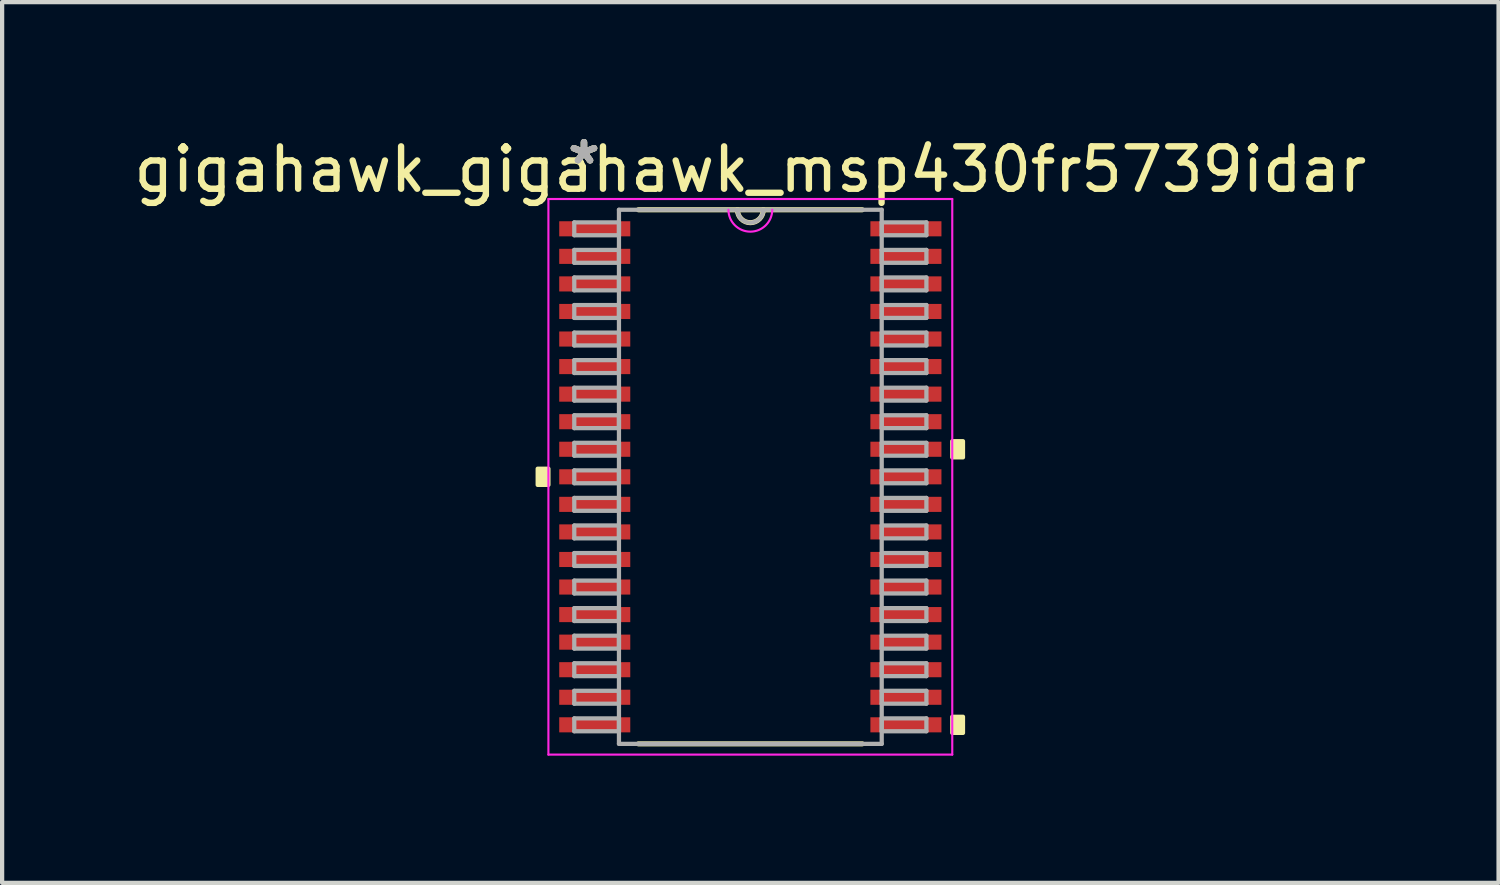
<source format=kicad_pcb>
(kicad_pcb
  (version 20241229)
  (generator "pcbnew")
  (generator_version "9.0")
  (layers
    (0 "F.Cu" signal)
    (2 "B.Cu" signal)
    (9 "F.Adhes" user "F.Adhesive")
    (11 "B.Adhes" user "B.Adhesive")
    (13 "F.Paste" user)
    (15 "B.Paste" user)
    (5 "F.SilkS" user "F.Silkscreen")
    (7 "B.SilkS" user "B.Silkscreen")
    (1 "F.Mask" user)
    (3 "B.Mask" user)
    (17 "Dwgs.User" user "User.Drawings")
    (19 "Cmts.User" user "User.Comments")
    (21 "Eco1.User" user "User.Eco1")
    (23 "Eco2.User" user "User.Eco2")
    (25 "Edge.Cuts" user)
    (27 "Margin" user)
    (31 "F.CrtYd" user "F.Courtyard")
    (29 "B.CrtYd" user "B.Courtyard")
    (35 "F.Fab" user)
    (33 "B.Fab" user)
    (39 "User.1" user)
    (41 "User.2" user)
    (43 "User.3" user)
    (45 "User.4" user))
  (footprint "gigahawk_gigahawk_msp430fr5739idar"
    (layer "F.Cu")
    (at 14.649 8.197)
    (property "Reference" "gigahawk_gigahawk_msp430fr5739idar" (at 0 -7.25 0) (layer "F.SilkS") (effects (font (size 1 1) (thickness 0.15))))
    (attr through_hole)
    (fp_line (start -2.64 6.299) (end 2.64 6.299) (stroke (width 0.12) (type solid)) (layer "F.SilkS"))
    (fp_line (start 2.64 -6.299) (end -2.64 -6.299) (stroke (width 0.12) (type solid)) (layer "F.SilkS"))
    (fp_arc (start 0.3048 -6.2992) (mid 0 -5.9944) (end -0.3048 -6.2992) (stroke (width 0.12) (type solid)) (layer "F.SilkS"))
    (fp_poly (pts (xy -5.016 -0.191) (xy -5.016 0.191) (xy -4.763 0.191) (xy -4.763 -0.191)) (stroke (width 0.1) (type solid)) (fill yes) (layer "F.SilkS"))
    (fp_poly (pts (xy 5.016 -0.84) (xy 5.016 -0.459) (xy 4.763 -0.459) (xy 4.763 -0.84)) (stroke (width 0.1) (type solid)) (fill yes) (layer "F.SilkS"))
    (fp_poly (pts (xy 5.016 5.66) (xy 5.016 6.041) (xy 4.763 6.041) (xy 4.763 5.66)) (stroke (width 0.1) (type solid)) (fill yes) (layer "F.SilkS"))
    (fp_line (start -4.763 -6.553) (end 4.763 -6.553) (stroke (width 0.05) (type solid)) (layer "F.CrtYd"))
    (fp_line (start -4.763 6.553) (end -4.763 -6.553) (stroke (width 0.05) (type solid)) (layer "F.CrtYd"))
    (fp_line (start 4.763 -6.553) (end 4.763 6.553) (stroke (width 0.05) (type solid)) (layer "F.CrtYd"))
    (fp_line (start 4.763 6.553) (end -4.763 6.553) (stroke (width 0.05) (type solid)) (layer "F.CrtYd"))
    (fp_arc (start 0.516467 -6.2992) (mid 0 -5.782733) (end -0.516467 -6.2992) (stroke (width 0.05) (type solid)) (layer "F.CrtYd"))
    (fp_line (start -4.153 -6.002) (end -4.153 -5.698) (stroke (width 0.1) (type solid)) (layer "F.Fab"))
    (fp_line (start -4.153 -5.698) (end -3.099 -5.698) (stroke (width 0.1) (type solid)) (layer "F.Fab"))
    (fp_line (start -4.153 -5.352) (end -4.153 -5.048) (stroke (width 0.1) (type solid)) (layer "F.Fab"))
    (fp_line (start -4.153 -5.048) (end -3.099 -5.048) (stroke (width 0.1) (type solid)) (layer "F.Fab"))
    (fp_line (start -4.153 -4.702) (end -4.153 -4.398) (stroke (width 0.1) (type solid)) (layer "F.Fab"))
    (fp_line (start -4.153 -4.398) (end -3.099 -4.398) (stroke (width 0.1) (type solid)) (layer "F.Fab"))
    (fp_line (start -4.153 -4.052) (end -4.153 -3.748) (stroke (width 0.1) (type solid)) (layer "F.Fab"))
    (fp_line (start -4.153 -3.748) (end -3.099 -3.748) (stroke (width 0.1) (type solid)) (layer "F.Fab"))
    (fp_line (start -4.153 -3.402) (end -4.153 -3.098) (stroke (width 0.1) (type solid)) (layer "F.Fab"))
    (fp_line (start -4.153 -3.098) (end -3.099 -3.098) (stroke (width 0.1) (type solid)) (layer "F.Fab"))
    (fp_line (start -4.153 -2.752) (end -4.153 -2.448) (stroke (width 0.1) (type solid)) (layer "F.Fab"))
    (fp_line (start -4.153 -2.448) (end -3.099 -2.448) (stroke (width 0.1) (type solid)) (layer "F.Fab"))
    (fp_line (start -4.153 -2.102) (end -4.153 -1.798) (stroke (width 0.1) (type solid)) (layer "F.Fab"))
    (fp_line (start -4.153 -1.798) (end -3.099 -1.798) (stroke (width 0.1) (type solid)) (layer "F.Fab"))
    (fp_line (start -4.153 -1.452) (end -4.153 -1.148) (stroke (width 0.1) (type solid)) (layer "F.Fab"))
    (fp_line (start -4.153 -1.148) (end -3.099 -1.148) (stroke (width 0.1) (type solid)) (layer "F.Fab"))
    (fp_line (start -4.153 -0.802) (end -4.153 -0.498) (stroke (width 0.1) (type solid)) (layer "F.Fab"))
    (fp_line (start -4.153 -0.498) (end -3.099 -0.498) (stroke (width 0.1) (type solid)) (layer "F.Fab"))
    (fp_line (start -4.153 -0.152) (end -4.153 0.152) (stroke (width 0.1) (type solid)) (layer "F.Fab"))
    (fp_line (start -4.153 0.152) (end -3.099 0.152) (stroke (width 0.1) (type solid)) (layer "F.Fab"))
    (fp_line (start -4.153 0.498) (end -4.153 0.802) (stroke (width 0.1) (type solid)) (layer "F.Fab"))
    (fp_line (start -4.153 0.802) (end -3.099 0.802) (stroke (width 0.1) (type solid)) (layer "F.Fab"))
    (fp_line (start -4.153 1.148) (end -4.153 1.452) (stroke (width 0.1) (type solid)) (layer "F.Fab"))
    (fp_line (start -4.153 1.452) (end -3.099 1.452) (stroke (width 0.1) (type solid)) (layer "F.Fab"))
    (fp_line (start -4.153 1.798) (end -4.153 2.102) (stroke (width 0.1) (type solid)) (layer "F.Fab"))
    (fp_line (start -4.153 2.102) (end -3.099 2.102) (stroke (width 0.1) (type solid)) (layer "F.Fab"))
    (fp_line (start -4.153 2.448) (end -4.153 2.752) (stroke (width 0.1) (type solid)) (layer "F.Fab"))
    (fp_line (start -4.153 2.752) (end -3.099 2.752) (stroke (width 0.1) (type solid)) (layer "F.Fab"))
    (fp_line (start -4.153 3.098) (end -4.153 3.402) (stroke (width 0.1) (type solid)) (layer "F.Fab"))
    (fp_line (start -4.153 3.402) (end -3.099 3.402) (stroke (width 0.1) (type solid)) (layer "F.Fab"))
    (fp_line (start -4.153 3.748) (end -4.153 4.052) (stroke (width 0.1) (type solid)) (layer "F.Fab"))
    (fp_line (start -4.153 4.052) (end -3.099 4.052) (stroke (width 0.1) (type solid)) (layer "F.Fab"))
    (fp_line (start -4.153 4.398) (end -4.153 4.702) (stroke (width 0.1) (type solid)) (layer "F.Fab"))
    (fp_line (start -4.153 4.702) (end -3.099 4.702) (stroke (width 0.1) (type solid)) (layer "F.Fab"))
    (fp_line (start -4.153 5.048) (end -4.153 5.352) (stroke (width 0.1) (type solid)) (layer "F.Fab"))
    (fp_line (start -4.153 5.352) (end -3.099 5.352) (stroke (width 0.1) (type solid)) (layer "F.Fab"))
    (fp_line (start -4.153 5.698) (end -4.153 6.002) (stroke (width 0.1) (type solid)) (layer "F.Fab"))
    (fp_line (start -4.153 6.002) (end -3.099 6.002) (stroke (width 0.1) (type solid)) (layer "F.Fab"))
    (fp_line (start -3.099 -6.299) (end -3.099 6.299) (stroke (width 0.1) (type solid)) (layer "F.Fab"))
    (fp_line (start -3.099 -6.002) (end -4.153 -6.002) (stroke (width 0.1) (type solid)) (layer "F.Fab"))
    (fp_line (start -3.099 -5.698) (end -3.099 -6.002) (stroke (width 0.1) (type solid)) (layer "F.Fab"))
    (fp_line (start -3.099 -5.352) (end -4.153 -5.352) (stroke (width 0.1) (type solid)) (layer "F.Fab"))
    (fp_line (start -3.099 -5.048) (end -3.099 -5.352) (stroke (width 0.1) (type solid)) (layer "F.Fab"))
    (fp_line (start -3.099 -4.702) (end -4.153 -4.702) (stroke (width 0.1) (type solid)) (layer "F.Fab"))
    (fp_line (start -3.099 -4.398) (end -3.099 -4.702) (stroke (width 0.1) (type solid)) (layer "F.Fab"))
    (fp_line (start -3.099 -4.052) (end -4.153 -4.052) (stroke (width 0.1) (type solid)) (layer "F.Fab"))
    (fp_line (start -3.099 -3.748) (end -3.099 -4.052) (stroke (width 0.1) (type solid)) (layer "F.Fab"))
    (fp_line (start -3.099 -3.402) (end -4.153 -3.402) (stroke (width 0.1) (type solid)) (layer "F.Fab"))
    (fp_line (start -3.099 -3.098) (end -3.099 -3.402) (stroke (width 0.1) (type solid)) (layer "F.Fab"))
    (fp_line (start -3.099 -2.752) (end -4.153 -2.752) (stroke (width 0.1) (type solid)) (layer "F.Fab"))
    (fp_line (start -3.099 -2.448) (end -3.099 -2.752) (stroke (width 0.1) (type solid)) (layer "F.Fab"))
    (fp_line (start -3.099 -2.102) (end -4.153 -2.102) (stroke (width 0.1) (type solid)) (layer "F.Fab"))
    (fp_line (start -3.099 -1.798) (end -3.099 -2.102) (stroke (width 0.1) (type solid)) (layer "F.Fab"))
    (fp_line (start -3.099 -1.452) (end -4.153 -1.452) (stroke (width 0.1) (type solid)) (layer "F.Fab"))
    (fp_line (start -3.099 -1.148) (end -3.099 -1.452) (stroke (width 0.1) (type solid)) (layer "F.Fab"))
    (fp_line (start -3.099 -0.802) (end -4.153 -0.802) (stroke (width 0.1) (type solid)) (layer "F.Fab"))
    (fp_line (start -3.099 -0.498) (end -3.099 -0.802) (stroke (width 0.1) (type solid)) (layer "F.Fab"))
    (fp_line (start -3.099 -0.152) (end -4.153 -0.152) (stroke (width 0.1) (type solid)) (layer "F.Fab"))
    (fp_line (start -3.099 0.152) (end -3.099 -0.152) (stroke (width 0.1) (type solid)) (layer "F.Fab"))
    (fp_line (start -3.099 0.498) (end -4.153 0.498) (stroke (width 0.1) (type solid)) (layer "F.Fab"))
    (fp_line (start -3.099 0.802) (end -3.099 0.498) (stroke (width 0.1) (type solid)) (layer "F.Fab"))
    (fp_line (start -3.099 1.148) (end -4.153 1.148) (stroke (width 0.1) (type solid)) (layer "F.Fab"))
    (fp_line (start -3.099 1.452) (end -3.099 1.148) (stroke (width 0.1) (type solid)) (layer "F.Fab"))
    (fp_line (start -3.099 1.798) (end -4.153 1.798) (stroke (width 0.1) (type solid)) (layer "F.Fab"))
    (fp_line (start -3.099 2.102) (end -3.099 1.798) (stroke (width 0.1) (type solid)) (layer "F.Fab"))
    (fp_line (start -3.099 2.448) (end -4.153 2.448) (stroke (width 0.1) (type solid)) (layer "F.Fab"))
    (fp_line (start -3.099 2.752) (end -3.099 2.448) (stroke (width 0.1) (type solid)) (layer "F.Fab"))
    (fp_line (start -3.099 3.098) (end -4.153 3.098) (stroke (width 0.1) (type solid)) (layer "F.Fab"))
    (fp_line (start -3.099 3.402) (end -3.099 3.098) (stroke (width 0.1) (type solid)) (layer "F.Fab"))
    (fp_line (start -3.099 3.748) (end -4.153 3.748) (stroke (width 0.1) (type solid)) (layer "F.Fab"))
    (fp_line (start -3.099 4.052) (end -3.099 3.748) (stroke (width 0.1) (type solid)) (layer "F.Fab"))
    (fp_line (start -3.099 4.398) (end -4.153 4.398) (stroke (width 0.1) (type solid)) (layer "F.Fab"))
    (fp_line (start -3.099 4.702) (end -3.099 4.398) (stroke (width 0.1) (type solid)) (layer "F.Fab"))
    (fp_line (start -3.099 5.048) (end -4.153 5.048) (stroke (width 0.1) (type solid)) (layer "F.Fab"))
    (fp_line (start -3.099 5.352) (end -3.099 5.048) (stroke (width 0.1) (type solid)) (layer "F.Fab"))
    (fp_line (start -3.099 5.698) (end -4.153 5.698) (stroke (width 0.1) (type solid)) (layer "F.Fab"))
    (fp_line (start -3.099 6.002) (end -3.099 5.698) (stroke (width 0.1) (type solid)) (layer "F.Fab"))
    (fp_line (start -3.099 6.299) (end 3.099 6.299) (stroke (width 0.1) (type solid)) (layer "F.Fab"))
    (fp_line (start 3.099 -6.299) (end -3.099 -6.299) (stroke (width 0.1) (type solid)) (layer "F.Fab"))
    (fp_line (start 3.099 -6.002) (end 3.099 -5.698) (stroke (width 0.1) (type solid)) (layer "F.Fab"))
    (fp_line (start 3.099 -5.698) (end 4.153 -5.698) (stroke (width 0.1) (type solid)) (layer "F.Fab"))
    (fp_line (start 3.099 -5.352) (end 3.099 -5.048) (stroke (width 0.1) (type solid)) (layer "F.Fab"))
    (fp_line (start 3.099 -5.048) (end 4.153 -5.048) (stroke (width 0.1) (type solid)) (layer "F.Fab"))
    (fp_line (start 3.099 -4.702) (end 3.099 -4.398) (stroke (width 0.1) (type solid)) (layer "F.Fab"))
    (fp_line (start 3.099 -4.398) (end 4.153 -4.398) (stroke (width 0.1) (type solid)) (layer "F.Fab"))
    (fp_line (start 3.099 -4.052) (end 3.099 -3.748) (stroke (width 0.1) (type solid)) (layer "F.Fab"))
    (fp_line (start 3.099 -3.748) (end 4.153 -3.748) (stroke (width 0.1) (type solid)) (layer "F.Fab"))
    (fp_line (start 3.099 -3.402) (end 3.099 -3.098) (stroke (width 0.1) (type solid)) (layer "F.Fab"))
    (fp_line (start 3.099 -3.098) (end 4.153 -3.098) (stroke (width 0.1) (type solid)) (layer "F.Fab"))
    (fp_line (start 3.099 -2.752) (end 3.099 -2.448) (stroke (width 0.1) (type solid)) (layer "F.Fab"))
    (fp_line (start 3.099 -2.448) (end 4.153 -2.448) (stroke (width 0.1) (type solid)) (layer "F.Fab"))
    (fp_line (start 3.099 -2.102) (end 3.099 -1.798) (stroke (width 0.1) (type solid)) (layer "F.Fab"))
    (fp_line (start 3.099 -1.798) (end 4.153 -1.798) (stroke (width 0.1) (type solid)) (layer "F.Fab"))
    (fp_line (start 3.099 -1.452) (end 3.099 -1.148) (stroke (width 0.1) (type solid)) (layer "F.Fab"))
    (fp_line (start 3.099 -1.148) (end 4.153 -1.148) (stroke (width 0.1) (type solid)) (layer "F.Fab"))
    (fp_line (start 3.099 -0.802) (end 3.099 -0.498) (stroke (width 0.1) (type solid)) (layer "F.Fab"))
    (fp_line (start 3.099 -0.498) (end 4.153 -0.498) (stroke (width 0.1) (type solid)) (layer "F.Fab"))
    (fp_line (start 3.099 -0.152) (end 3.099 0.152) (stroke (width 0.1) (type solid)) (layer "F.Fab"))
    (fp_line (start 3.099 0.152) (end 4.153 0.152) (stroke (width 0.1) (type solid)) (layer "F.Fab"))
    (fp_line (start 3.099 0.498) (end 3.099 0.802) (stroke (width 0.1) (type solid)) (layer "F.Fab"))
    (fp_line (start 3.099 0.802) (end 4.153 0.802) (stroke (width 0.1) (type solid)) (layer "F.Fab"))
    (fp_line (start 3.099 1.148) (end 3.099 1.452) (stroke (width 0.1) (type solid)) (layer "F.Fab"))
    (fp_line (start 3.099 1.452) (end 4.153 1.452) (stroke (width 0.1) (type solid)) (layer "F.Fab"))
    (fp_line (start 3.099 1.798) (end 3.099 2.102) (stroke (width 0.1) (type solid)) (layer "F.Fab"))
    (fp_line (start 3.099 2.102) (end 4.153 2.102) (stroke (width 0.1) (type solid)) (layer "F.Fab"))
    (fp_line (start 3.099 2.448) (end 3.099 2.752) (stroke (width 0.1) (type solid)) (layer "F.Fab"))
    (fp_line (start 3.099 2.752) (end 4.153 2.752) (stroke (width 0.1) (type solid)) (layer "F.Fab"))
    (fp_line (start 3.099 3.098) (end 3.099 3.402) (stroke (width 0.1) (type solid)) (layer "F.Fab"))
    (fp_line (start 3.099 3.402) (end 4.153 3.402) (stroke (width 0.1) (type solid)) (layer "F.Fab"))
    (fp_line (start 3.099 3.748) (end 3.099 4.052) (stroke (width 0.1) (type solid)) (layer "F.Fab"))
    (fp_line (start 3.099 4.052) (end 4.153 4.052) (stroke (width 0.1) (type solid)) (layer "F.Fab"))
    (fp_line (start 3.099 4.398) (end 3.099 4.702) (stroke (width 0.1) (type solid)) (layer "F.Fab"))
    (fp_line (start 3.099 4.702) (end 4.153 4.702) (stroke (width 0.1) (type solid)) (layer "F.Fab"))
    (fp_line (start 3.099 5.048) (end 3.099 5.352) (stroke (width 0.1) (type solid)) (layer "F.Fab"))
    (fp_line (start 3.099 5.352) (end 4.153 5.352) (stroke (width 0.1) (type solid)) (layer "F.Fab"))
    (fp_line (start 3.099 5.698) (end 3.099 6.002) (stroke (width 0.1) (type solid)) (layer "F.Fab"))
    (fp_line (start 3.099 6.002) (end 4.153 6.002) (stroke (width 0.1) (type solid)) (layer "F.Fab"))
    (fp_line (start 3.099 6.299) (end 3.099 -6.299) (stroke (width 0.1) (type solid)) (layer "F.Fab"))
    (fp_line (start 4.153 -6.002) (end 3.099 -6.002) (stroke (width 0.1) (type solid)) (layer "F.Fab"))
    (fp_line (start 4.153 -5.698) (end 4.153 -6.002) (stroke (width 0.1) (type solid)) (layer "F.Fab"))
    (fp_line (start 4.153 -5.352) (end 3.099 -5.352) (stroke (width 0.1) (type solid)) (layer "F.Fab"))
    (fp_line (start 4.153 -5.048) (end 4.153 -5.352) (stroke (width 0.1) (type solid)) (layer "F.Fab"))
    (fp_line (start 4.153 -4.702) (end 3.099 -4.702) (stroke (width 0.1) (type solid)) (layer "F.Fab"))
    (fp_line (start 4.153 -4.398) (end 4.153 -4.702) (stroke (width 0.1) (type solid)) (layer "F.Fab"))
    (fp_line (start 4.153 -4.052) (end 3.099 -4.052) (stroke (width 0.1) (type solid)) (layer "F.Fab"))
    (fp_line (start 4.153 -3.748) (end 4.153 -4.052) (stroke (width 0.1) (type solid)) (layer "F.Fab"))
    (fp_line (start 4.153 -3.402) (end 3.099 -3.402) (stroke (width 0.1) (type solid)) (layer "F.Fab"))
    (fp_line (start 4.153 -3.098) (end 4.153 -3.402) (stroke (width 0.1) (type solid)) (layer "F.Fab"))
    (fp_line (start 4.153 -2.752) (end 3.099 -2.752) (stroke (width 0.1) (type solid)) (layer "F.Fab"))
    (fp_line (start 4.153 -2.448) (end 4.153 -2.752) (stroke (width 0.1) (type solid)) (layer "F.Fab"))
    (fp_line (start 4.153 -2.102) (end 3.099 -2.102) (stroke (width 0.1) (type solid)) (layer "F.Fab"))
    (fp_line (start 4.153 -1.798) (end 4.153 -2.102) (stroke (width 0.1) (type solid)) (layer "F.Fab"))
    (fp_line (start 4.153 -1.452) (end 3.099 -1.452) (stroke (width 0.1) (type solid)) (layer "F.Fab"))
    (fp_line (start 4.153 -1.148) (end 4.153 -1.452) (stroke (width 0.1) (type solid)) (layer "F.Fab"))
    (fp_line (start 4.153 -0.802) (end 3.099 -0.802) (stroke (width 0.1) (type solid)) (layer "F.Fab"))
    (fp_line (start 4.153 -0.498) (end 4.153 -0.802) (stroke (width 0.1) (type solid)) (layer "F.Fab"))
    (fp_line (start 4.153 -0.152) (end 3.099 -0.152) (stroke (width 0.1) (type solid)) (layer "F.Fab"))
    (fp_line (start 4.153 0.152) (end 4.153 -0.152) (stroke (width 0.1) (type solid)) (layer "F.Fab"))
    (fp_line (start 4.153 0.498) (end 3.099 0.498) (stroke (width 0.1) (type solid)) (layer "F.Fab"))
    (fp_line (start 4.153 0.802) (end 4.153 0.498) (stroke (width 0.1) (type solid)) (layer "F.Fab"))
    (fp_line (start 4.153 1.148) (end 3.099 1.148) (stroke (width 0.1) (type solid)) (layer "F.Fab"))
    (fp_line (start 4.153 1.452) (end 4.153 1.148) (stroke (width 0.1) (type solid)) (layer "F.Fab"))
    (fp_line (start 4.153 1.798) (end 3.099 1.798) (stroke (width 0.1) (type solid)) (layer "F.Fab"))
    (fp_line (start 4.153 2.102) (end 4.153 1.798) (stroke (width 0.1) (type solid)) (layer "F.Fab"))
    (fp_line (start 4.153 2.448) (end 3.099 2.448) (stroke (width 0.1) (type solid)) (layer "F.Fab"))
    (fp_line (start 4.153 2.752) (end 4.153 2.448) (stroke (width 0.1) (type solid)) (layer "F.Fab"))
    (fp_line (start 4.153 3.098) (end 3.099 3.098) (stroke (width 0.1) (type solid)) (layer "F.Fab"))
    (fp_line (start 4.153 3.402) (end 4.153 3.098) (stroke (width 0.1) (type solid)) (layer "F.Fab"))
    (fp_line (start 4.153 3.748) (end 3.099 3.748) (stroke (width 0.1) (type solid)) (layer "F.Fab"))
    (fp_line (start 4.153 4.052) (end 4.153 3.748) (stroke (width 0.1) (type solid)) (layer "F.Fab"))
    (fp_line (start 4.153 4.398) (end 3.099 4.398) (stroke (width 0.1) (type solid)) (layer "F.Fab"))
    (fp_line (start 4.153 4.702) (end 4.153 4.398) (stroke (width 0.1) (type solid)) (layer "F.Fab"))
    (fp_line (start 4.153 5.048) (end 3.099 5.048) (stroke (width 0.1) (type solid)) (layer "F.Fab"))
    (fp_line (start 4.153 5.352) (end 4.153 5.048) (stroke (width 0.1) (type solid)) (layer "F.Fab"))
    (fp_line (start 4.153 5.698) (end 3.099 5.698) (stroke (width 0.1) (type solid)) (layer "F.Fab"))
    (fp_line (start 4.153 6.002) (end 4.153 5.698) (stroke (width 0.1) (type solid)) (layer "F.Fab"))
    (fp_arc (start 0.3048 -6.2992) (mid 0 -5.9944) (end -0.3048 -6.2992) (stroke (width 0.1) (type solid)) (layer "F.Fab"))
    (fp_text user "*" (at -3.924 -7.349 0) (layer "F.SilkS") (effects (font (size 1 1) (thickness 0.15))))
    (fp_text user "*" (at -3.924 -7.349 0) (layer "F.SilkS") (effects (font (size 1 1) (thickness 0.15))))
    (fp_text user "*" (at -3.924 -7.349 0) (layer "F.Fab") (effects (font (size 1 1) (thickness 0.15))))
    (fp_text user "*" (at -3.924 -7.349 0) (layer "F.Fab") (effects (font (size 1 1) (thickness 0.15))))
    (pad "1" smd rect (at -3.67 -5.85) (size 1.676 0.356) (layers "F.Cu" "F.Mask" "F.Paste"))
    (pad "2" smd rect (at -3.67 -5.2) (size 1.676 0.356) (layers "F.Cu" "F.Mask" "F.Paste"))
    (pad "3" smd rect (at -3.67 -4.55) (size 1.676 0.356) (layers "F.Cu" "F.Mask" "F.Paste"))
    (pad "4" smd rect (at -3.67 -3.9) (size 1.676 0.356) (layers "F.Cu" "F.Mask" "F.Paste"))
    (pad "5" smd rect (at -3.67 -3.25) (size 1.676 0.356) (layers "F.Cu" "F.Mask" "F.Paste"))
    (pad "6" smd rect (at -3.67 -2.6) (size 1.676 0.356) (layers "F.Cu" "F.Mask" "F.Paste"))
    (pad "7" smd rect (at -3.67 -1.95) (size 1.676 0.356) (layers "F.Cu" "F.Mask" "F.Paste"))
    (pad "8" smd rect (at -3.67 -1.3) (size 1.676 0.356) (layers "F.Cu" "F.Mask" "F.Paste"))
    (pad "9" smd rect (at -3.67 -0.65) (size 1.676 0.356) (layers "F.Cu" "F.Mask" "F.Paste"))
    (pad "10" smd rect (at -3.67 0) (size 1.676 0.356) (layers "F.Cu" "F.Mask" "F.Paste"))
    (pad "11" smd rect (at -3.67 0.65) (size 1.676 0.356) (layers "F.Cu" "F.Mask" "F.Paste"))
    (pad "12" smd rect (at -3.67 1.3) (size 1.676 0.356) (layers "F.Cu" "F.Mask" "F.Paste"))
    (pad "13" smd rect (at -3.67 1.95) (size 1.676 0.356) (layers "F.Cu" "F.Mask" "F.Paste"))
    (pad "14" smd rect (at -3.67 2.6) (size 1.676 0.356) (layers "F.Cu" "F.Mask" "F.Paste"))
    (pad "15" smd rect (at -3.67 3.25) (size 1.676 0.356) (layers "F.Cu" "F.Mask" "F.Paste"))
    (pad "16" smd rect (at -3.67 3.9) (size 1.676 0.356) (layers "F.Cu" "F.Mask" "F.Paste"))
    (pad "17" smd rect (at -3.67 4.55) (size 1.676 0.356) (layers "F.Cu" "F.Mask" "F.Paste"))
    (pad "18" smd rect (at -3.67 5.2) (size 1.676 0.356) (layers "F.Cu" "F.Mask" "F.Paste"))
    (pad "19" smd rect (at -3.67 5.85) (size 1.676 0.356) (layers "F.Cu" "F.Mask" "F.Paste"))
    (pad "20" smd rect (at 3.67 5.85) (size 1.676 0.356) (layers "F.Cu" "F.Mask" "F.Paste"))
    (pad "21" smd rect (at 3.67 5.2) (size 1.676 0.356) (layers "F.Cu" "F.Mask" "F.Paste"))
    (pad "22" smd rect (at 3.67 4.55) (size 1.676 0.356) (layers "F.Cu" "F.Mask" "F.Paste"))
    (pad "23" smd rect (at 3.67 3.9) (size 1.676 0.356) (layers "F.Cu" "F.Mask" "F.Paste"))
    (pad "24" smd rect (at 3.67 3.25) (size 1.676 0.356) (layers "F.Cu" "F.Mask" "F.Paste"))
    (pad "25" smd rect (at 3.67 2.6) (size 1.676 0.356) (layers "F.Cu" "F.Mask" "F.Paste"))
    (pad "26" smd rect (at 3.67 1.95) (size 1.676 0.356) (layers "F.Cu" "F.Mask" "F.Paste"))
    (pad "27" smd rect (at 3.67 1.3) (size 1.676 0.356) (layers "F.Cu" "F.Mask" "F.Paste"))
    (pad "28" smd rect (at 3.67 0.65) (size 1.676 0.356) (layers "F.Cu" "F.Mask" "F.Paste"))
    (pad "29" smd rect (at 3.67 0) (size 1.676 0.356) (layers "F.Cu" "F.Mask" "F.Paste"))
    (pad "30" smd rect (at 3.67 -0.65) (size 1.676 0.356) (layers "F.Cu" "F.Mask" "F.Paste"))
    (pad "31" smd rect (at 3.67 -1.3) (size 1.676 0.356) (layers "F.Cu" "F.Mask" "F.Paste"))
    (pad "32" smd rect (at 3.67 -1.95) (size 1.676 0.356) (layers "F.Cu" "F.Mask" "F.Paste"))
    (pad "33" smd rect (at 3.67 -2.6) (size 1.676 0.356) (layers "F.Cu" "F.Mask" "F.Paste"))
    (pad "34" smd rect (at 3.67 -3.25) (size 1.676 0.356) (layers "F.Cu" "F.Mask" "F.Paste"))
    (pad "35" smd rect (at 3.67 -3.9) (size 1.676 0.356) (layers "F.Cu" "F.Mask" "F.Paste"))
    (pad "36" smd rect (at 3.67 -4.55) (size 1.676 0.356) (layers "F.Cu" "F.Mask" "F.Paste"))
    (pad "37" smd rect (at 3.67 -5.2) (size 1.676 0.356) (layers "F.Cu" "F.Mask" "F.Paste"))
    (pad "38" smd rect (at 3.67 -5.85) (size 1.676 0.356) (layers "F.Cu" "F.Mask" "F.Paste")))
  (gr_rect
    (start -3 -3)
    (end 32.298 17.775)
    (stroke (width 0.1) (type default))
    (fill no)
    (layer "Edge.Cuts")))
</source>
